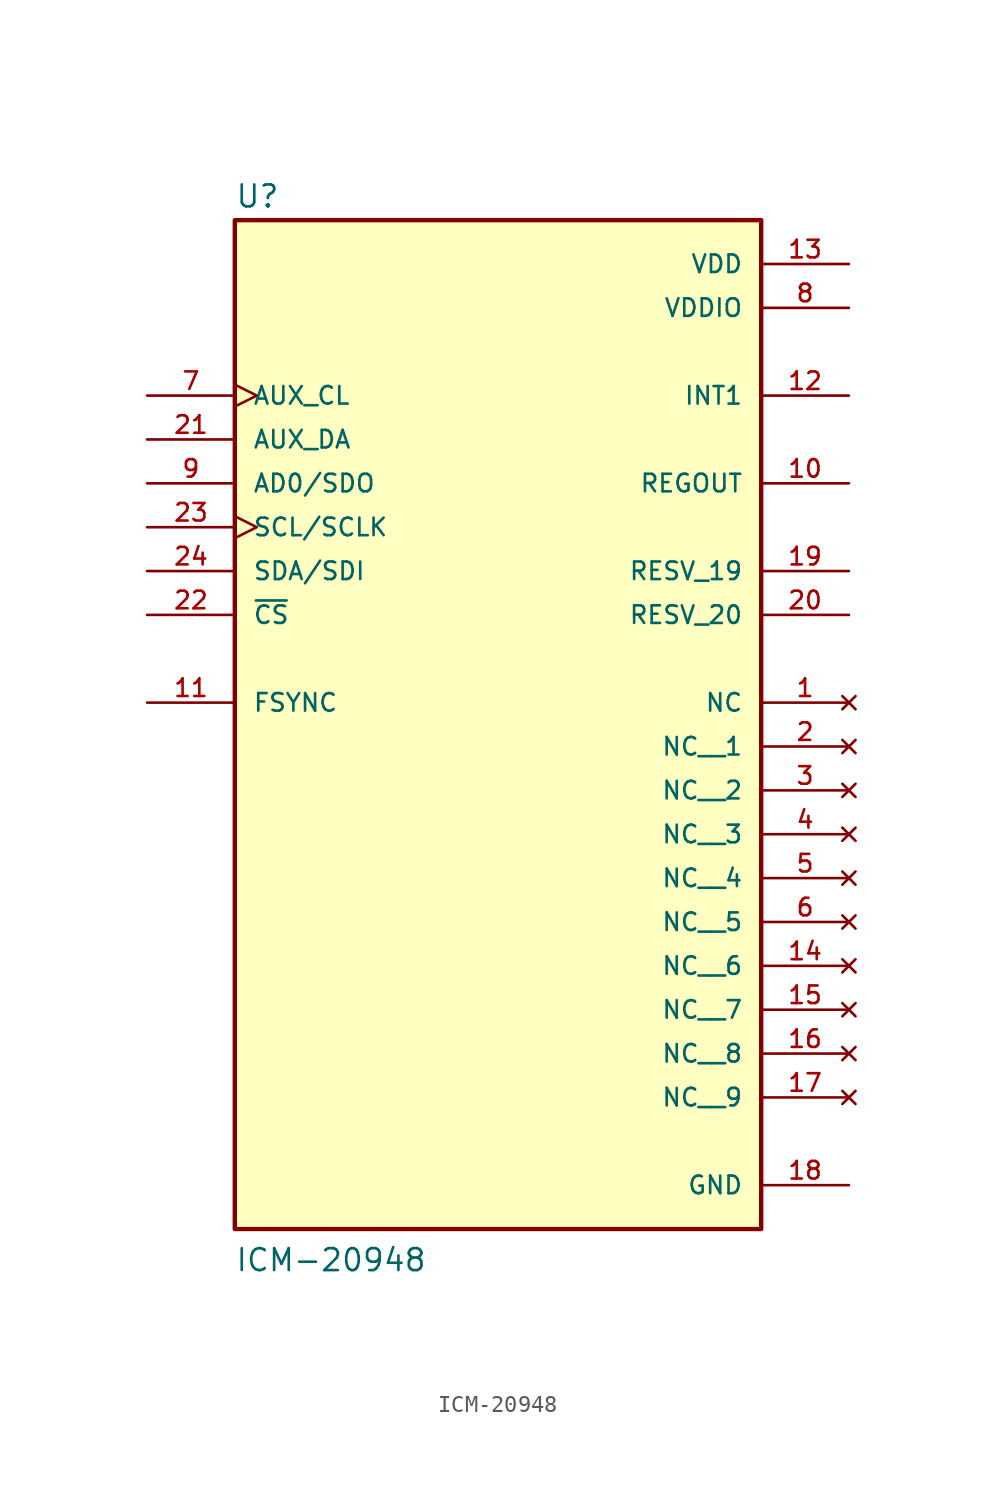
<source format=kicad_sym>
(kicad_symbol_lib
  (version 20220914)
  (generator kicad_symbol_editor)
  (symbol "ICM-20948"
    (pin_names
      (offset 1.016))
    (property "Reference" "U"
      (at -15.24 18.415 0)
      (effects (font (size 1.27 1.27)) (justify left bottom)))
    (property "Value" "ICM-20948"
      (at -15.24 -43.18 0)
      (effects (font (size 1.27 1.27)) (justify left bottom)))
    (symbol "ICM-20948_0_0"
      (rectangle (start -15.24 17.78) (end 15.24 -40.64) (stroke (width 0.254) (type default)) (fill (type background)))
      (pin no_connect line (at 20.32 -10.16 180) (length 5.08) (name "NC" (effects (font (size 1.016 1.016)))) (number "1" (effects (font (size 1.016 1.016)))))
      (pin output line (at 20.32 2.54 180) (length 5.08) (name "REGOUT" (effects (font (size 1.016 1.016)))) (number "10" (effects (font (size 1.016 1.016)))))
      (pin input line (at -20.32 -10.16 0) (length 5.08) (name "FSYNC" (effects (font (size 1.016 1.016)))) (number "11" (effects (font (size 1.016 1.016)))))
      (pin output line (at 20.32 7.62 180) (length 5.08) (name "INT1" (effects (font (size 1.016 1.016)))) (number "12" (effects (font (size 1.016 1.016)))))
      (pin power_in line (at 20.32 15.24 180) (length 5.08) (name "VDD" (effects (font (size 1.016 1.016)))) (number "13" (effects (font (size 1.016 1.016)))))
      (pin no_connect line (at 20.32 -25.4 180) (length 5.08) (name "NC__6" (effects (font (size 1.016 1.016)))) (number "14" (effects (font (size 1.016 1.016)))))
      (pin no_connect line (at 20.32 -27.94 180) (length 5.08) (name "NC__7" (effects (font (size 1.016 1.016)))) (number "15" (effects (font (size 1.016 1.016)))))
      (pin no_connect line (at 20.32 -30.48 180) (length 5.08) (name "NC__8" (effects (font (size 1.016 1.016)))) (number "16" (effects (font (size 1.016 1.016)))))
      (pin no_connect line (at 20.32 -33.02 180) (length 5.08) (name "NC__9" (effects (font (size 1.016 1.016)))) (number "17" (effects (font (size 1.016 1.016)))))
      (pin power_in line (at 20.32 -38.1 180) (length 5.08) (name "GND" (effects (font (size 1.016 1.016)))) (number "18" (effects (font (size 1.016 1.016)))))
      (pin passive line (at 20.32 -2.54 180) (length 5.08) (name "RESV_19" (effects (font (size 1.016 1.016)))) (number "19" (effects (font (size 1.016 1.016)))))
      (pin no_connect line (at 20.32 -12.7 180) (length 5.08) (name "NC__1" (effects (font (size 1.016 1.016)))) (number "2" (effects (font (size 1.016 1.016)))))
      (pin passive line (at 20.32 -5.08 180) (length 5.08) (name "RESV_20" (effects (font (size 1.016 1.016)))) (number "20" (effects (font (size 1.016 1.016)))))
      (pin bidirectional line (at -20.32 5.08 0) (length 5.08) (name "AUX_DA" (effects (font (size 1.016 1.016)))) (number "21" (effects (font (size 1.016 1.016)))))
      (pin input line (at -20.32 -5.08 0) (length 5.08) (name "~{CS}" (effects (font (size 1.016 1.016)))) (number "22" (effects (font (size 1.016 1.016)))))
      (pin input clock (at -20.32 0 0) (length 5.08) (name "SCL/SCLK" (effects (font (size 1.016 1.016)))) (number "23" (effects (font (size 1.016 1.016)))))
      (pin bidirectional line (at -20.32 -2.54 0) (length 5.08) (name "SDA/SDI" (effects (font (size 1.016 1.016)))) (number "24" (effects (font (size 1.016 1.016)))))
      (pin no_connect line (at 20.32 -15.24 180) (length 5.08) (name "NC__2" (effects (font (size 1.016 1.016)))) (number "3" (effects (font (size 1.016 1.016)))))
      (pin no_connect line (at 20.32 -17.78 180) (length 5.08) (name "NC__3" (effects (font (size 1.016 1.016)))) (number "4" (effects (font (size 1.016 1.016)))))
      (pin no_connect line (at 20.32 -20.32 180) (length 5.08) (name "NC__4" (effects (font (size 1.016 1.016)))) (number "5" (effects (font (size 1.016 1.016)))))
      (pin no_connect line (at 20.32 -22.86 180) (length 5.08) (name "NC__5" (effects (font (size 1.016 1.016)))) (number "6" (effects (font (size 1.016 1.016)))))
      (pin input clock (at -20.32 7.62 0) (length 5.08) (name "AUX_CL" (effects (font (size 1.016 1.016)))) (number "7" (effects (font (size 1.016 1.016)))))
      (pin power_in line (at 20.32 12.7 180) (length 5.08) (name "VDDIO" (effects (font (size 1.016 1.016)))) (number "8" (effects (font (size 1.016 1.016)))))
      (pin bidirectional line (at -20.32 2.54 0) (length 5.08) (name "AD0/SDO" (effects (font (size 1.016 1.016)))) (number "9" (effects (font (size 1.016 1.016))))))))
</source>
